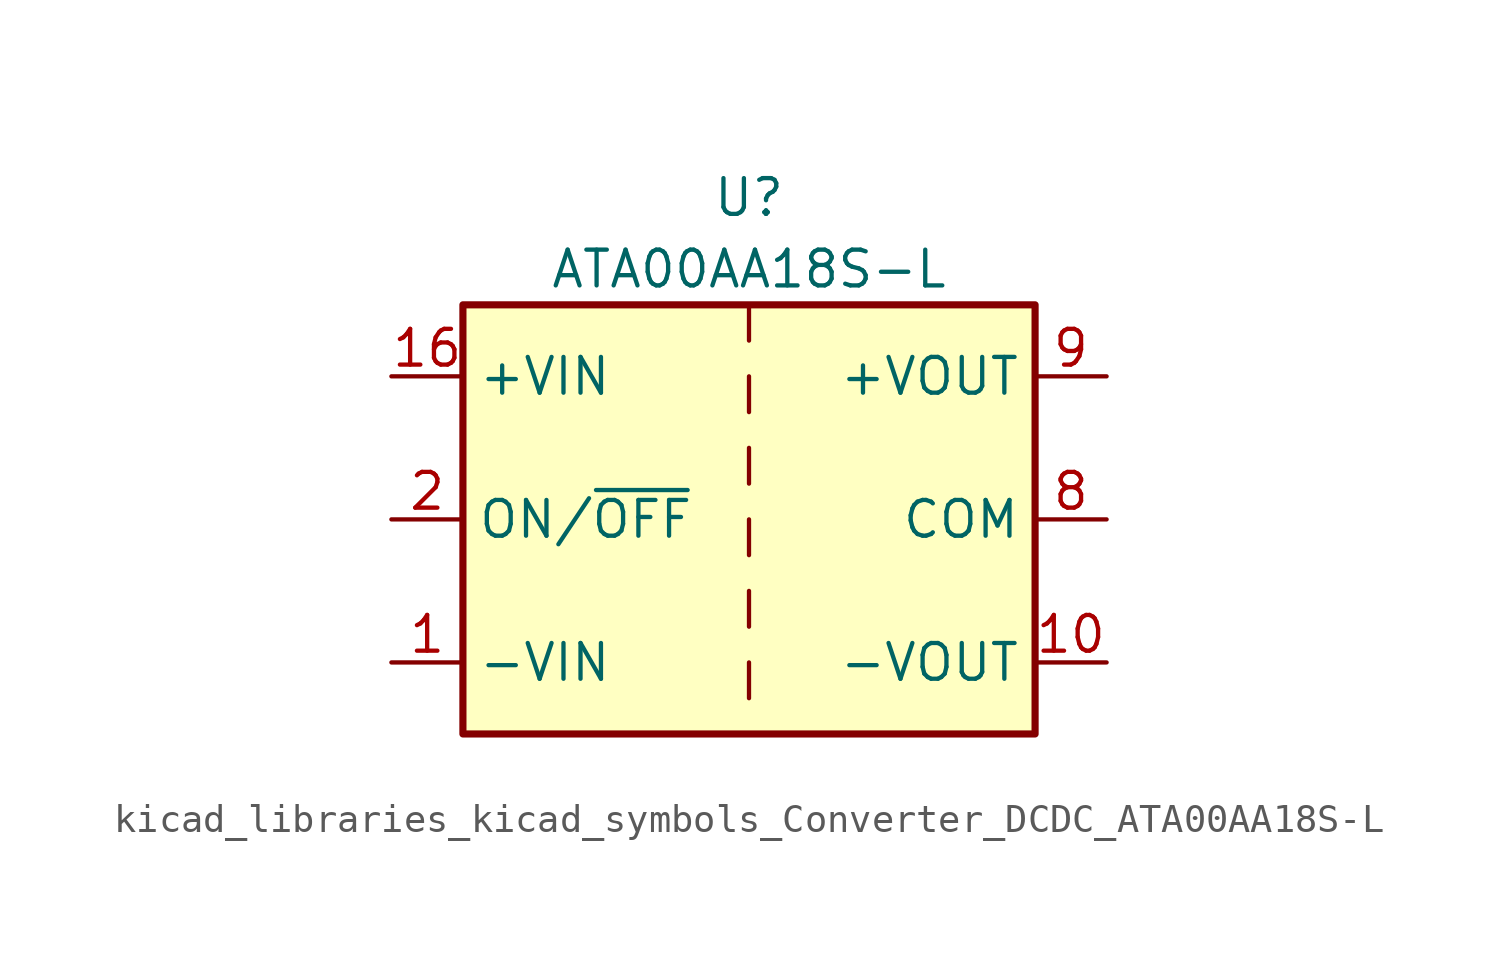
<source format=kicad_sym>
(kicad_symbol_lib
  (version 20220914)
  (generator kicad_symbol_editor)
  (symbol "kicad_libraries_kicad_symbols_Converter_DCDC_ATA00AA18S-L"
    (property "Reference" "U"
      (at 0 11.43 0)
      (effects (font (size 1.27 1.27))))
    (property "Value" "ATA00AA18S-L"
      (at 0 8.89 0)
      (effects (font (size 1.27 1.27))))
    (symbol "kicad_libraries_kicad_symbols_Converter_DCDC_ATA00AA18S-L_0_1"
      (rectangle (start -10.16 7.62) (end 10.16 -7.62) (stroke (width 0.254) (type default)) (fill (type background)))
      (polyline (pts (xy 0 -5.08) (xy 0 -6.35)) (stroke (width 0) (type default)) (fill (type none)))
      (polyline (pts (xy 0 -2.54) (xy 0 -3.81)) (stroke (width 0) (type default)) (fill (type none)))
      (polyline (pts (xy 0 0) (xy 0 -1.27)) (stroke (width 0) (type default)) (fill (type none)))
      (polyline (pts (xy 0 2.54) (xy 0 1.27)) (stroke (width 0) (type default)) (fill (type none)))
      (polyline (pts (xy 0 5.08) (xy 0 3.81)) (stroke (width 0) (type default)) (fill (type none)))
      (polyline (pts (xy 0 7.62) (xy 0 6.35)) (stroke (width 0) (type default)) (fill (type none))))
    (symbol "kicad_libraries_kicad_symbols_Converter_DCDC_ATA00AA18S-L_1_1"
      (pin power_in line (at -12.7 -5.08 0) (length 2.54) (name "-VIN" (effects (font (size 1.27 1.27)))) (number "1" (effects (font (size 1.27 1.27)))))
      (pin power_out line (at 12.7 -5.08 180) (length 2.54) (name "-VOUT" (effects (font (size 1.27 1.27)))) (number "10" (effects (font (size 1.27 1.27)))))
      (pin power_in line (at -12.7 5.08 0) (length 2.54) (name "+VIN" (effects (font (size 1.27 1.27)))) (number "16" (effects (font (size 1.27 1.27)))))
      (pin input line (at -12.7 0 0) (length 2.54) (name "ON/~{OFF}" (effects (font (size 1.27 1.27)))) (number "2" (effects (font (size 1.27 1.27)))))
      (pin no_connect line (at 10.16 2.54 180) (length 2.54) hide (name "NC" (effects (font (size 1.27 1.27)))) (number "7" (effects (font (size 1.27 1.27)))))
      (pin power_out line (at 12.7 0 180) (length 2.54) (name "COM" (effects (font (size 1.27 1.27)))) (number "8" (effects (font (size 1.27 1.27)))))
      (pin power_out line (at 12.7 5.08 180) (length 2.54) (name "+VOUT" (effects (font (size 1.27 1.27)))) (number "9" (effects (font (size 1.27 1.27))))))))
</source>
